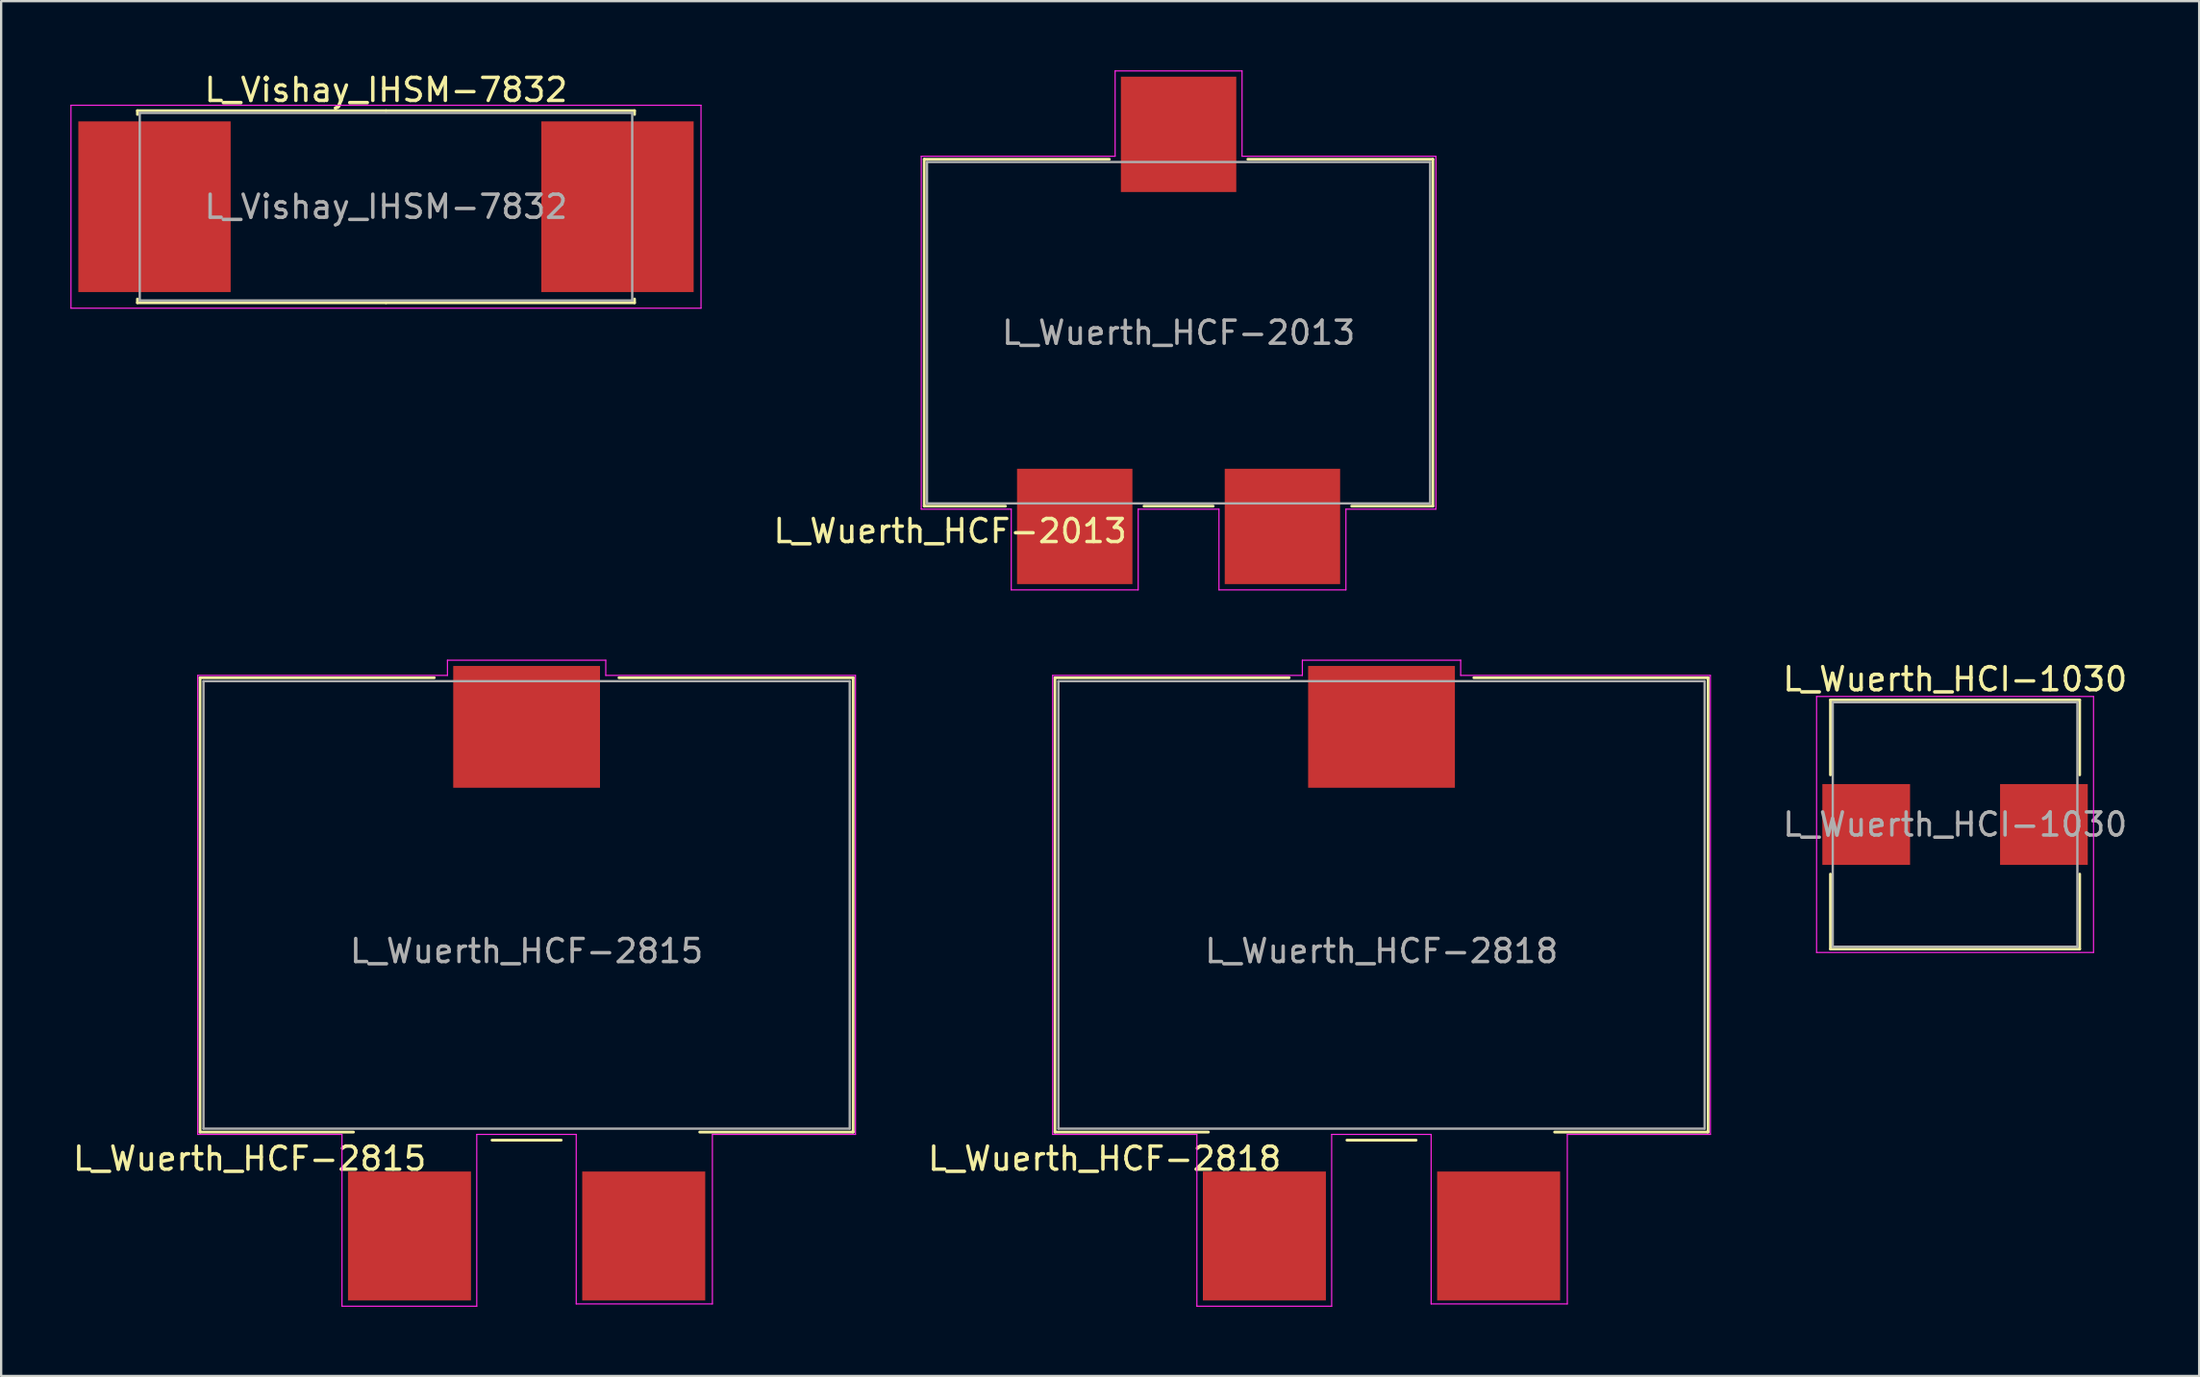
<source format=kicad_pcb>
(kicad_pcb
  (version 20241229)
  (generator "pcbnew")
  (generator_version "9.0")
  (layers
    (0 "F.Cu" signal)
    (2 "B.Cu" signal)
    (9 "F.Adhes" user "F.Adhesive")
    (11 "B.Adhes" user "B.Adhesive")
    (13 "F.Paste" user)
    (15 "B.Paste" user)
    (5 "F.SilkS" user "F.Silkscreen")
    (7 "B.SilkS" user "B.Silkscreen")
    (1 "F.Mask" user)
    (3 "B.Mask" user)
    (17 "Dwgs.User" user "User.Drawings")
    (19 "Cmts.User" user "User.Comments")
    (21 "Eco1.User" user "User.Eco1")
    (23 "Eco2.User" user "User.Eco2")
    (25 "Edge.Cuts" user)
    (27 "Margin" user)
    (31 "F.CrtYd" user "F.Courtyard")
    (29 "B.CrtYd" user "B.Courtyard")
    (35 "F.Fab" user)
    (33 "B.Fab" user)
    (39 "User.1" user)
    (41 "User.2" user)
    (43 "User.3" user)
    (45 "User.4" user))
  (footprint "L_Vishay_IHSM-7832"
    (layer "F.Cu")
    (at 13.675 5.913)
    (property "Reference" "L_Vishay_IHSM-7832" (at 0 -5.065 0) (layer "F.SilkS") (effects (font (size 1 1) (thickness 0.15))))
    (attr smd)
    (fp_line (start -10.77 -4.165) (end 0 -4.165) (stroke (width 0.12) (type solid)) (layer "F.SilkS"))
    (fp_line (start -10.77 -4) (end -10.77 -4.165) (stroke (width 0.12) (type solid)) (layer "F.SilkS"))
    (fp_line (start -10.77 4) (end -10.77 4.165) (stroke (width 0.12) (type solid)) (layer "F.SilkS"))
    (fp_line (start -10.77 4.165) (end 0 4.165) (stroke (width 0.12) (type solid)) (layer "F.SilkS"))
    (fp_line (start 10.77 -4.165) (end 0 -4.165) (stroke (width 0.12) (type solid)) (layer "F.SilkS"))
    (fp_line (start 10.77 -4) (end 10.77 -4.165) (stroke (width 0.12) (type solid)) (layer "F.SilkS"))
    (fp_line (start 10.77 4) (end 10.77 4.165) (stroke (width 0.12) (type solid)) (layer "F.SilkS"))
    (fp_line (start 10.77 4.165) (end 0 4.165) (stroke (width 0.12) (type solid)) (layer "F.SilkS"))
    (fp_line (start -13.65 -4.4) (end -13.65 4.4) (stroke (width 0.05) (type solid)) (layer "F.CrtYd"))
    (fp_line (start -13.65 4.4) (end 13.65 4.4) (stroke (width 0.05) (type solid)) (layer "F.CrtYd"))
    (fp_line (start 13.65 -4.4) (end -13.65 -4.4) (stroke (width 0.05) (type solid)) (layer "F.CrtYd"))
    (fp_line (start 13.65 4.4) (end 13.65 -4.4) (stroke (width 0.05) (type solid)) (layer "F.CrtYd"))
    (fp_line (start -10.67 -4.065) (end -10.67 4.065) (stroke (width 0.1) (type solid)) (layer "F.Fab"))
    (fp_line (start -10.67 4.065) (end 10.67 4.065) (stroke (width 0.1) (type solid)) (layer "F.Fab"))
    (fp_line (start 10.67 -4.065) (end -10.67 -4.065) (stroke (width 0.1) (type solid)) (layer "F.Fab"))
    (fp_line (start 10.67 4.065) (end 10.67 -4.065) (stroke (width 0.1) (type solid)) (layer "F.Fab"))
    (fp_text user "${REFERENCE}" (at 0 0 0) (layer "F.Fab") (effects (font (size 1 1) (thickness 0.15))))
    (pad "1" smd rect (at -10.031 0) (size 6.6 7.4) (layers "F.Cu" "F.Mask" "F.Paste"))
    (pad "2" smd rect (at 10.031 0) (size 6.6 7.4) (layers "F.Cu" "F.Mask" "F.Paste")))
  (footprint "L_Wuerth_HCI-1030"
    (layer "F.Cu")
    (at 81.663 32.698)
    (property "Reference" "L_Wuerth_HCI-1030" (at 0 -6.3 0) (layer "F.SilkS") (effects (font (size 1 1) (thickness 0.15))))
    (attr smd)
    (fp_line (start -5.4 -5.4) (end 5.4 -5.4) (stroke (width 0.12) (type solid)) (layer "F.SilkS"))
    (fp_line (start -5.4 -2.15) (end -5.4 -5.4) (stroke (width 0.12) (type solid)) (layer "F.SilkS"))
    (fp_line (start -5.4 2.15) (end -5.4 5.4) (stroke (width 0.12) (type solid)) (layer "F.SilkS"))
    (fp_line (start -5.4 5.4) (end 5.4 5.4) (stroke (width 0.12) (type solid)) (layer "F.SilkS"))
    (fp_line (start 5.4 -5.4) (end 5.4 -2.15) (stroke (width 0.12) (type solid)) (layer "F.SilkS"))
    (fp_line (start 5.4 5.4) (end 5.4 2.15) (stroke (width 0.12) (type solid)) (layer "F.SilkS"))
    (fp_line (start -6 -5.55) (end -6 5.55) (stroke (width 0.05) (type solid)) (layer "F.CrtYd"))
    (fp_line (start -6 5.55) (end 6 5.55) (stroke (width 0.05) (type solid)) (layer "F.CrtYd"))
    (fp_line (start 6 -5.55) (end -6 -5.55) (stroke (width 0.05) (type solid)) (layer "F.CrtYd"))
    (fp_line (start 6 5.55) (end 6 -5.55) (stroke (width 0.05) (type solid)) (layer "F.CrtYd"))
    (fp_line (start -5.3 -5.3) (end -5.3 5.3) (stroke (width 0.1) (type solid)) (layer "F.Fab"))
    (fp_line (start -5.3 5.3) (end 5.3 5.3) (stroke (width 0.1) (type solid)) (layer "F.Fab"))
    (fp_line (start 5.3 -5.3) (end -5.3 -5.3) (stroke (width 0.1) (type solid)) (layer "F.Fab"))
    (fp_line (start 5.3 5.3) (end 5.3 -5.3) (stroke (width 0.1) (type solid)) (layer "F.Fab"))
    (fp_text user "${REFERENCE}" (at 0 0 0) (layer "F.Fab") (effects (font (size 1 1) (thickness 0.15))))
    (pad "1" smd rect (at -3.85 0) (size 3.8 3.5) (layers "F.Cu" "F.Mask" "F.Paste"))
    (pad "2" smd rect (at 3.85 0) (size 3.8 3.5) (layers "F.Cu" "F.Mask" "F.Paste")))
  (footprint "L_Wuerth_HCF-2815"
    (layer "F.Cu")
    (at 19.768 36.185)
    (property "Reference" "L_Wuerth_HCF-2815" (at -12 11 0) (layer "F.SilkS") (effects (font (size 1 1) (thickness 0.15))))
    (attr smd)
    (fp_line (start -14.15 -9.85) (end -4 -9.85) (stroke (width 0.12) (type solid)) (layer "F.SilkS"))
    (fp_line (start -14.15 9.85) (end -14.15 -9.85) (stroke (width 0.12) (type solid)) (layer "F.SilkS"))
    (fp_line (start -7.5 9.85) (end -14.15 9.85) (stroke (width 0.12) (type solid)) (layer "F.SilkS"))
    (fp_line (start 1.5 10.2) (end -1.5 10.2) (stroke (width 0.12) (type solid)) (layer "F.SilkS"))
    (fp_line (start 4 -9.85) (end 14.15 -9.85) (stroke (width 0.12) (type solid)) (layer "F.SilkS"))
    (fp_line (start 14.15 -9.85) (end 14.15 9.85) (stroke (width 0.12) (type solid)) (layer "F.SilkS"))
    (fp_line (start 14.15 9.85) (end 7.5 9.85) (stroke (width 0.12) (type solid)) (layer "F.SilkS"))
    (fp_line (start -14.25 -9.95) (end -3.43 -9.95) (stroke (width 0.05) (type solid)) (layer "F.CrtYd"))
    (fp_line (start -14.25 9.95) (end -14.25 -9.95) (stroke (width 0.05) (type solid)) (layer "F.CrtYd"))
    (fp_line (start -8 9.95) (end -14.25 9.95) (stroke (width 0.05) (type solid)) (layer "F.CrtYd"))
    (fp_line (start -8 17.4) (end -8 9.95) (stroke (width 0.05) (type solid)) (layer "F.CrtYd"))
    (fp_line (start -3.43 -10.61) (end 3.43 -10.61) (stroke (width 0.05) (type solid)) (layer "F.CrtYd"))
    (fp_line (start -3.43 -9.95) (end -3.43 -10.61) (stroke (width 0.05) (type solid)) (layer "F.CrtYd"))
    (fp_line (start -2.16 9.95) (end -2.16 17.4) (stroke (width 0.05) (type solid)) (layer "F.CrtYd"))
    (fp_line (start -2.16 17.4) (end -8 17.4) (stroke (width 0.05) (type solid)) (layer "F.CrtYd"))
    (fp_line (start 2.15 9.95) (end -2.16 9.95) (stroke (width 0.05) (type solid)) (layer "F.CrtYd"))
    (fp_line (start 2.15 17.3) (end 2.15 9.95) (stroke (width 0.05) (type solid)) (layer "F.CrtYd"))
    (fp_line (start 3.43 -10.61) (end 3.43 -9.95) (stroke (width 0.05) (type solid)) (layer "F.CrtYd"))
    (fp_line (start 3.43 -9.95) (end 14.25 -9.95) (stroke (width 0.05) (type solid)) (layer "F.CrtYd"))
    (fp_line (start 8.05 9.95) (end 8.05 17.3) (stroke (width 0.05) (type solid)) (layer "F.CrtYd"))
    (fp_line (start 8.05 17.3) (end 2.15 17.3) (stroke (width 0.05) (type solid)) (layer "F.CrtYd"))
    (fp_line (start 14.25 -9.95) (end 14.25 9.95) (stroke (width 0.05) (type solid)) (layer "F.CrtYd"))
    (fp_line (start 14.25 9.95) (end 8.05 9.95) (stroke (width 0.05) (type solid)) (layer "F.CrtYd"))
    (fp_line (start -14 -9.7) (end 14 -9.7) (stroke (width 0.1) (type solid)) (layer "F.Fab"))
    (fp_line (start -14 9.7) (end -14 -9.7) (stroke (width 0.1) (type solid)) (layer "F.Fab"))
    (fp_line (start 14 -9.7) (end 14 9.7) (stroke (width 0.1) (type solid)) (layer "F.Fab"))
    (fp_line (start 14 9.7) (end -14 9.7) (stroke (width 0.1) (type solid)) (layer "F.Fab"))
    (fp_text user "${REFERENCE}" (at 0 2 0) (layer "F.Fab") (effects (font (size 1 1) (thickness 0.15))))
    (pad "" smd rect (at 0 -7.72) (size 6.36 5.28) (layers "F.Cu" "F.Mask" "F.Paste"))
    (pad "1" smd rect (at -5.075 14.355) (size 5.33 5.59) (layers "F.Cu" "F.Mask" "F.Paste"))
    (pad "2" smd rect (at 5.075 14.355) (size 5.33 5.59) (layers "F.Cu" "F.Mask" "F.Paste")))
  (footprint "L_Wuerth_HCF-2818"
    (layer "F.Cu")
    (at 56.811 36.185)
    (property "Reference" "L_Wuerth_HCF-2818" (at -12 11 0) (layer "F.SilkS") (effects (font (size 1 1) (thickness 0.15))))
    (attr smd)
    (fp_line (start -14.15 -9.85) (end -4 -9.85) (stroke (width 0.12) (type solid)) (layer "F.SilkS"))
    (fp_line (start -14.15 9.85) (end -14.15 -9.85) (stroke (width 0.12) (type solid)) (layer "F.SilkS"))
    (fp_line (start -7.5 9.85) (end -14.15 9.85) (stroke (width 0.12) (type solid)) (layer "F.SilkS"))
    (fp_line (start 1.5 10.2) (end -1.5 10.2) (stroke (width 0.12) (type solid)) (layer "F.SilkS"))
    (fp_line (start 4 -9.85) (end 14.15 -9.85) (stroke (width 0.12) (type solid)) (layer "F.SilkS"))
    (fp_line (start 14.15 -9.85) (end 14.15 9.85) (stroke (width 0.12) (type solid)) (layer "F.SilkS"))
    (fp_line (start 14.15 9.85) (end 7.5 9.85) (stroke (width 0.12) (type solid)) (layer "F.SilkS"))
    (fp_line (start -14.25 -9.95) (end -3.43 -9.95) (stroke (width 0.05) (type solid)) (layer "F.CrtYd"))
    (fp_line (start -14.25 9.95) (end -14.25 -9.95) (stroke (width 0.05) (type solid)) (layer "F.CrtYd"))
    (fp_line (start -8 9.95) (end -14.25 9.95) (stroke (width 0.05) (type solid)) (layer "F.CrtYd"))
    (fp_line (start -8 17.4) (end -8 9.95) (stroke (width 0.05) (type solid)) (layer "F.CrtYd"))
    (fp_line (start -3.43 -10.61) (end 3.43 -10.61) (stroke (width 0.05) (type solid)) (layer "F.CrtYd"))
    (fp_line (start -3.43 -9.95) (end -3.43 -10.61) (stroke (width 0.05) (type solid)) (layer "F.CrtYd"))
    (fp_line (start -2.16 9.95) (end -2.16 17.4) (stroke (width 0.05) (type solid)) (layer "F.CrtYd"))
    (fp_line (start -2.16 17.4) (end -8 17.4) (stroke (width 0.05) (type solid)) (layer "F.CrtYd"))
    (fp_line (start 2.15 9.95) (end -2.16 9.95) (stroke (width 0.05) (type solid)) (layer "F.CrtYd"))
    (fp_line (start 2.15 17.3) (end 2.15 9.95) (stroke (width 0.05) (type solid)) (layer "F.CrtYd"))
    (fp_line (start 3.43 -10.61) (end 3.43 -9.95) (stroke (width 0.05) (type solid)) (layer "F.CrtYd"))
    (fp_line (start 3.43 -9.95) (end 14.25 -9.95) (stroke (width 0.05) (type solid)) (layer "F.CrtYd"))
    (fp_line (start 8.05 9.95) (end 8.05 17.3) (stroke (width 0.05) (type solid)) (layer "F.CrtYd"))
    (fp_line (start 8.05 17.3) (end 2.15 17.3) (stroke (width 0.05) (type solid)) (layer "F.CrtYd"))
    (fp_line (start 14.25 -9.95) (end 14.25 9.95) (stroke (width 0.05) (type solid)) (layer "F.CrtYd"))
    (fp_line (start 14.25 9.95) (end 8.05 9.95) (stroke (width 0.05) (type solid)) (layer "F.CrtYd"))
    (fp_line (start -14 -9.7) (end 14 -9.7) (stroke (width 0.1) (type solid)) (layer "F.Fab"))
    (fp_line (start -14 9.7) (end -14 -9.7) (stroke (width 0.1) (type solid)) (layer "F.Fab"))
    (fp_line (start 14 -9.7) (end 14 9.7) (stroke (width 0.1) (type solid)) (layer "F.Fab"))
    (fp_line (start 14 9.7) (end -14 9.7) (stroke (width 0.1) (type solid)) (layer "F.Fab"))
    (fp_text user "${REFERENCE}" (at 0 2 0) (layer "F.Fab") (effects (font (size 1 1) (thickness 0.15))))
    (pad "" smd rect (at 0 -7.72) (size 6.36 5.28) (layers "F.Cu" "F.Mask" "F.Paste"))
    (pad "1" smd rect (at -5.075 14.355) (size 5.33 5.59) (layers "F.Cu" "F.Mask" "F.Paste"))
    (pad "2" smd rect (at 5.075 14.355) (size 5.33 5.59) (layers "F.Cu" "F.Mask" "F.Paste")))
  (footprint "L_Wuerth_HCF-2013"
    (layer "F.Cu")
    (at 48.018 11.375)
    (property "Reference" "L_Wuerth_HCF-2013" (at -9.9 8.6 0) (layer "F.SilkS") (effects (font (size 1 1) (thickness 0.15))))
    (attr smd)
    (fp_line (start -11.02 -7.52) (end -3 -7.52) (stroke (width 0.12) (type solid)) (layer "F.SilkS"))
    (fp_line (start -11.02 7.52) (end -11.02 -7.52) (stroke (width 0.12) (type solid)) (layer "F.SilkS"))
    (fp_line (start -7.5 7.52) (end -11.02 7.52) (stroke (width 0.12) (type solid)) (layer "F.SilkS"))
    (fp_line (start 1.5 7.52) (end -1.5 7.52) (stroke (width 0.12) (type solid)) (layer "F.SilkS"))
    (fp_line (start 3 -7.52) (end 11.02 -7.52) (stroke (width 0.12) (type solid)) (layer "F.SilkS"))
    (fp_line (start 11.02 -7.52) (end 11.02 7.52) (stroke (width 0.12) (type solid)) (layer "F.SilkS"))
    (fp_line (start 11.02 7.52) (end 7.5 7.52) (stroke (width 0.12) (type solid)) (layer "F.SilkS"))
    (fp_line (start -11.15 -7.65) (end -2.75 -7.65) (stroke (width 0.05) (type solid)) (layer "F.CrtYd"))
    (fp_line (start -11.15 7.65) (end -11.15 -7.65) (stroke (width 0.05) (type solid)) (layer "F.CrtYd"))
    (fp_line (start -7.25 7.65) (end -11.15 7.65) (stroke (width 0.05) (type solid)) (layer "F.CrtYd"))
    (fp_line (start -7.25 11.15) (end -7.25 7.65) (stroke (width 0.05) (type solid)) (layer "F.CrtYd"))
    (fp_line (start -2.75 -11.35) (end 2.75 -11.35) (stroke (width 0.05) (type solid)) (layer "F.CrtYd"))
    (fp_line (start -2.75 -7.65) (end -2.75 -11.35) (stroke (width 0.05) (type solid)) (layer "F.CrtYd"))
    (fp_line (start -1.75 7.65) (end -1.75 11.15) (stroke (width 0.05) (type solid)) (layer "F.CrtYd"))
    (fp_line (start -1.75 11.15) (end -7.25 11.15) (stroke (width 0.05) (type solid)) (layer "F.CrtYd"))
    (fp_line (start 1.75 7.65) (end -1.75 7.65) (stroke (width 0.05) (type solid)) (layer "F.CrtYd"))
    (fp_line (start 1.75 11.15) (end 1.75 7.65) (stroke (width 0.05) (type solid)) (layer "F.CrtYd"))
    (fp_line (start 2.75 -11.35) (end 2.75 -7.65) (stroke (width 0.05) (type solid)) (layer "F.CrtYd"))
    (fp_line (start 2.75 -7.65) (end 11.15 -7.65) (stroke (width 0.05) (type solid)) (layer "F.CrtYd"))
    (fp_line (start 7.25 7.65) (end 7.25 11.15) (stroke (width 0.05) (type solid)) (layer "F.CrtYd"))
    (fp_line (start 7.25 11.15) (end 1.75 11.15) (stroke (width 0.05) (type solid)) (layer "F.CrtYd"))
    (fp_line (start 11.15 -7.65) (end 11.15 7.65) (stroke (width 0.05) (type solid)) (layer "F.CrtYd"))
    (fp_line (start 11.15 7.65) (end 7.25 7.65) (stroke (width 0.05) (type solid)) (layer "F.CrtYd"))
    (fp_line (start -10.9 -7.4) (end 10.9 -7.4) (stroke (width 0.1) (type solid)) (layer "F.Fab"))
    (fp_line (start -10.9 7.4) (end -10.9 -7.4) (stroke (width 0.1) (type solid)) (layer "F.Fab"))
    (fp_line (start 10.9 -7.4) (end 10.9 7.4) (stroke (width 0.1) (type solid)) (layer "F.Fab"))
    (fp_line (start 10.9 7.4) (end -10.9 7.4) (stroke (width 0.1) (type solid)) (layer "F.Fab"))
    (fp_text user "${REFERENCE}" (at 0 0 0) (layer "F.Fab") (effects (font (size 1 1) (thickness 0.15))))
    (pad "" smd rect (at 0 -8.6) (size 5 5) (layers "F.Cu" "F.Mask" "F.Paste"))
    (pad "1" smd rect (at -4.5 8.4) (size 5 5) (layers "F.Cu" "F.Mask" "F.Paste"))
    (pad "2" smd rect (at 4.5 8.4) (size 5 5) (layers "F.Cu" "F.Mask" "F.Paste")))
  (gr_rect
    (start -3 -3)
    (end 92.24 56.61)
    (stroke (width 0.1) (type default))
    (fill no)
    (layer "Edge.Cuts")))
</source>
